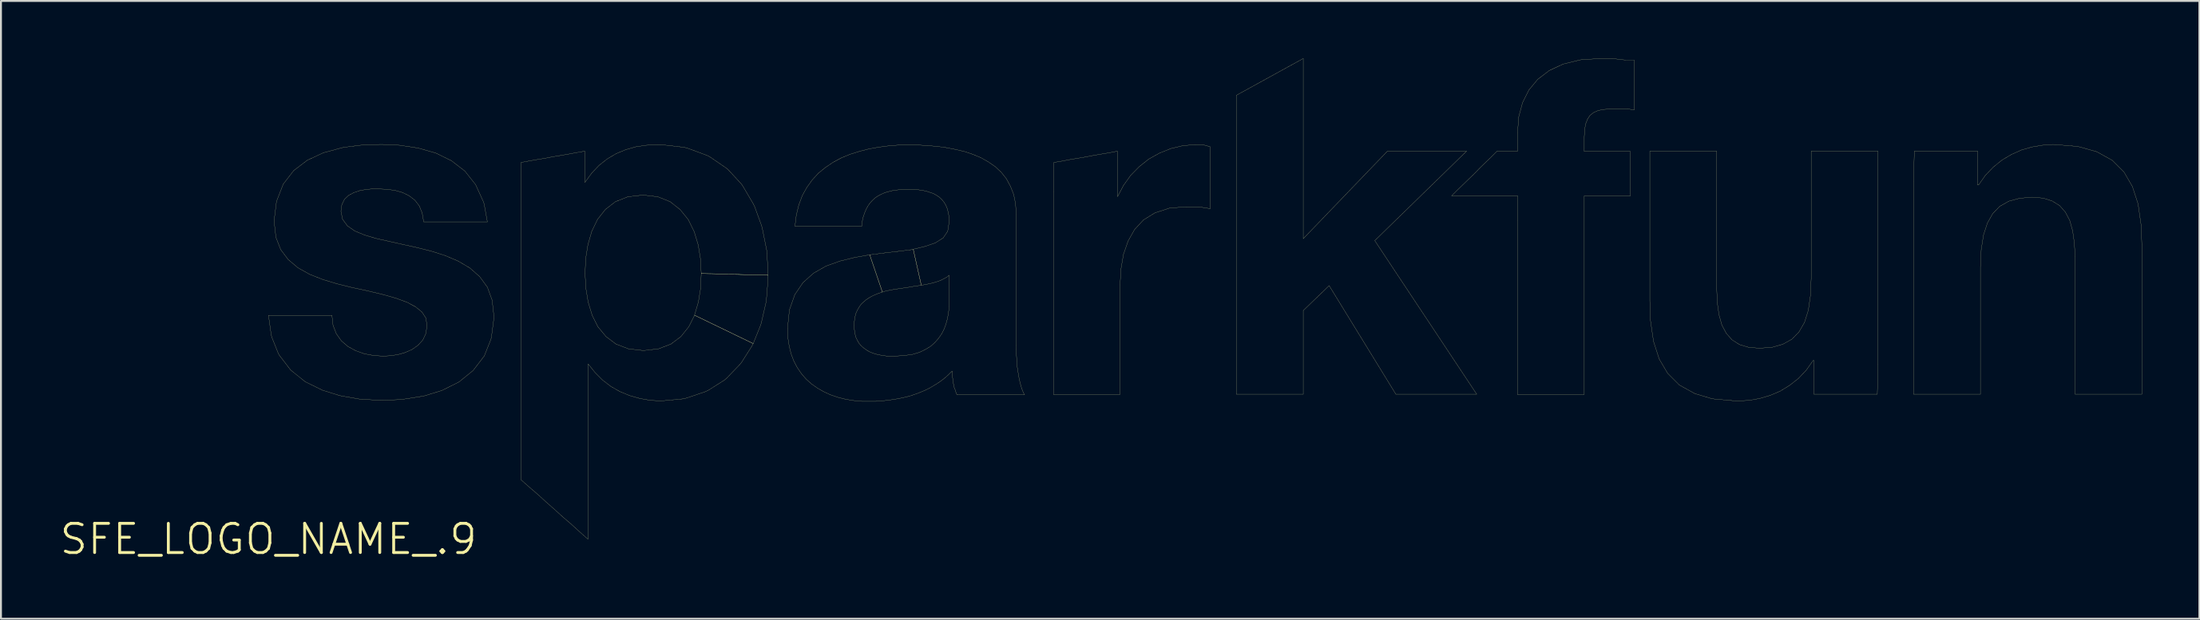
<source format=kicad_pcb>
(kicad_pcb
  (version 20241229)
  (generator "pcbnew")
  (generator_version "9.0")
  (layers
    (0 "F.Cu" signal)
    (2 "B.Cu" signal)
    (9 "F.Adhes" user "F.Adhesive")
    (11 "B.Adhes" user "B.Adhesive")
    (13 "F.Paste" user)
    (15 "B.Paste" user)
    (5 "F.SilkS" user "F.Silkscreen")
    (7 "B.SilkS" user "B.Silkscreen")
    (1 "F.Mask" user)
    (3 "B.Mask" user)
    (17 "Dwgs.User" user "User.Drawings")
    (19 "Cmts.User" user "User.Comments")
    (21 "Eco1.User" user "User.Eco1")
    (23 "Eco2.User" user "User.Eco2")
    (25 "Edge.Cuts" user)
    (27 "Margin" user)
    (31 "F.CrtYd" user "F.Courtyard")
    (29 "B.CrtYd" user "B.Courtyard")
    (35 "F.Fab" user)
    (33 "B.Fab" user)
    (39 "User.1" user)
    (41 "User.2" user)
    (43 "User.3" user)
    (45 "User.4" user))
  (footprint "SFE_LOGO_NAME_.9"
    (layer "F.Cu")
    (at 10.958 25.102)
    (property "Reference" "SFE_LOGO_NAME_.9" (at 0 0 0) (layer "F.SilkS") (effects (font (size 1.524 1.524) (thickness 0.15))))
    (attr exclude_from_pos_files exclude_from_bom)
    (fp_line (start 0 -11.689) (end 2.898 -11.689) (stroke (width 0.008) (type solid)) (layer "F.SilkS"))
    (fp_line (start 0.14 -10.688) (end 0 -11.689) (stroke (width 0.008) (type solid)) (layer "F.SilkS"))
    (fp_line (start 0.168 -10.559) (end 0.14 -10.688) (stroke (width 0.008) (type solid)) (layer "F.SilkS"))
    (fp_line (start 0.3 -16.688) (end 0.419 -17.638) (stroke (width 0.008) (type solid)) (layer "F.SilkS"))
    (fp_line (start 0.3 -16.538) (end 0.3 -16.688) (stroke (width 0.008) (type solid)) (layer "F.SilkS"))
    (fp_line (start 0.389 -15.758) (end 0.3 -16.538) (stroke (width 0.008) (type solid)) (layer "F.SilkS"))
    (fp_line (start 0.419 -17.638) (end 0.77 -18.539) (stroke (width 0.008) (type solid)) (layer "F.SilkS"))
    (fp_line (start 0.508 -9.708) (end 0.168 -10.559) (stroke (width 0.008) (type solid)) (layer "F.SilkS"))
    (fp_line (start 0.569 -9.599) (end 0.508 -9.708) (stroke (width 0.008) (type solid)) (layer "F.SilkS"))
    (fp_line (start 0.638 -15.118) (end 0.389 -15.758) (stroke (width 0.008) (type solid)) (layer "F.SilkS"))
    (fp_line (start 0.77 -18.539) (end 1.318 -19.248) (stroke (width 0.008) (type solid)) (layer "F.SilkS"))
    (fp_line (start 1.029 -14.6) (end 0.638 -15.118) (stroke (width 0.008) (type solid)) (layer "F.SilkS"))
    (fp_line (start 1.158 -8.829) (end 0.569 -9.599) (stroke (width 0.008) (type solid)) (layer "F.SilkS"))
    (fp_line (start 1.318 -19.248) (end 2.029 -19.789) (stroke (width 0.008) (type solid)) (layer "F.SilkS"))
    (fp_line (start 1.539 -14.168) (end 1.029 -14.6) (stroke (width 0.008) (type solid)) (layer "F.SilkS"))
    (fp_line (start 1.918 -8.219) (end 1.158 -8.829) (stroke (width 0.008) (type solid)) (layer "F.SilkS"))
    (fp_line (start 2.029 -19.789) (end 2.868 -20.178) (stroke (width 0.008) (type solid)) (layer "F.SilkS"))
    (fp_line (start 2.149 -13.828) (end 1.539 -14.168) (stroke (width 0.008) (type solid)) (layer "F.SilkS"))
    (fp_line (start 2.819 -7.777) (end 1.918 -8.219) (stroke (width 0.008) (type solid)) (layer "F.SilkS"))
    (fp_line (start 2.83 -13.559) (end 2.149 -13.828) (stroke (width 0.008) (type solid)) (layer "F.SilkS"))
    (fp_line (start 2.868 -20.178) (end 3.8 -20.429) (stroke (width 0.008) (type solid)) (layer "F.SilkS"))
    (fp_line (start 2.898 -11.689) (end 3.31 -11.689) (stroke (width 0.008) (type solid)) (layer "F.SilkS"))
    (fp_line (start 3.31 -11.689) (end 3.368 -11.168) (stroke (width 0.008) (type solid)) (layer "F.SilkS"))
    (fp_line (start 3.368 -11.168) (end 3.538 -10.729) (stroke (width 0.008) (type solid)) (layer "F.SilkS"))
    (fp_line (start 3.538 -10.729) (end 3.8 -10.358) (stroke (width 0.008) (type solid)) (layer "F.SilkS"))
    (fp_line (start 3.559 -13.338) (end 2.83 -13.559) (stroke (width 0.008) (type solid)) (layer "F.SilkS"))
    (fp_line (start 3.678 -7.508) (end 2.819 -7.777) (stroke (width 0.008) (type solid)) (layer "F.SilkS"))
    (fp_line (start 3.78 -17.12) (end 3.868 -16.698) (stroke (width 0.008) (type solid)) (layer "F.SilkS"))
    (fp_line (start 3.8 -20.429) (end 3.929 -20.46) (stroke (width 0.008) (type solid)) (layer "F.SilkS"))
    (fp_line (start 3.8 -10.358) (end 4.148 -10.058) (stroke (width 0.008) (type solid)) (layer "F.SilkS"))
    (fp_line (start 3.81 -7.478) (end 3.678 -7.508) (stroke (width 0.008) (type solid)) (layer "F.SilkS"))
    (fp_line (start 3.828 -17.468) (end 3.78 -17.12) (stroke (width 0.008) (type solid)) (layer "F.SilkS"))
    (fp_line (start 3.868 -16.698) (end 4.12 -16.358) (stroke (width 0.008) (type solid)) (layer "F.SilkS"))
    (fp_line (start 3.929 -20.46) (end 4.798 -20.569) (stroke (width 0.008) (type solid)) (layer "F.SilkS"))
    (fp_line (start 3.967 -17.75) (end 3.828 -17.468) (stroke (width 0.008) (type solid)) (layer "F.SilkS"))
    (fp_line (start 4.12 -16.358) (end 4.508 -16.088) (stroke (width 0.008) (type solid)) (layer "F.SilkS"))
    (fp_line (start 4.148 -10.058) (end 4.549 -9.84) (stroke (width 0.008) (type solid)) (layer "F.SilkS"))
    (fp_line (start 4.188 -17.958) (end 3.967 -17.75) (stroke (width 0.008) (type solid)) (layer "F.SilkS"))
    (fp_line (start 4.318 -13.15) (end 3.559 -13.338) (stroke (width 0.008) (type solid)) (layer "F.SilkS"))
    (fp_line (start 4.458 -18.098) (end 4.188 -17.958) (stroke (width 0.008) (type solid)) (layer "F.SilkS"))
    (fp_line (start 4.508 -16.088) (end 5.019 -15.878) (stroke (width 0.008) (type solid)) (layer "F.SilkS"))
    (fp_line (start 4.549 -9.84) (end 4.999 -9.68) (stroke (width 0.008) (type solid)) (layer "F.SilkS"))
    (fp_line (start 4.729 -7.318) (end 3.81 -7.478) (stroke (width 0.008) (type solid)) (layer "F.SilkS"))
    (fp_line (start 4.76 -18.199) (end 4.458 -18.098) (stroke (width 0.008) (type solid)) (layer "F.SilkS"))
    (fp_line (start 4.798 -20.569) (end 4.92 -20.579) (stroke (width 0.008) (type solid)) (layer "F.SilkS"))
    (fp_line (start 4.869 -7.308) (end 4.729 -7.318) (stroke (width 0.008) (type solid)) (layer "F.SilkS"))
    (fp_line (start 4.92 -20.579) (end 5.819 -20.61) (stroke (width 0.008) (type solid)) (layer "F.SilkS"))
    (fp_line (start 4.999 -9.68) (end 5.489 -9.588) (stroke (width 0.008) (type solid)) (layer "F.SilkS"))
    (fp_line (start 5.019 -15.878) (end 5.618 -15.7) (stroke (width 0.008) (type solid)) (layer "F.SilkS"))
    (fp_line (start 5.088 -18.258) (end 4.76 -18.199) (stroke (width 0.008) (type solid)) (layer "F.SilkS"))
    (fp_line (start 5.199 -12.959) (end 4.318 -13.15) (stroke (width 0.008) (type solid)) (layer "F.SilkS"))
    (fp_line (start 5.408 -18.288) (end 5.088 -18.258) (stroke (width 0.008) (type solid)) (layer "F.SilkS"))
    (fp_line (start 5.489 -9.588) (end 5.989 -9.558) (stroke (width 0.008) (type solid)) (layer "F.SilkS"))
    (fp_line (start 5.618 -15.7) (end 6.289 -15.55) (stroke (width 0.008) (type solid)) (layer "F.SilkS"))
    (fp_line (start 5.718 -18.288) (end 5.408 -18.288) (stroke (width 0.008) (type solid)) (layer "F.SilkS"))
    (fp_line (start 5.819 -20.61) (end 5.949 -20.61) (stroke (width 0.008) (type solid)) (layer "F.SilkS"))
    (fp_line (start 5.829 -7.249) (end 4.869 -7.308) (stroke (width 0.008) (type solid)) (layer "F.SilkS"))
    (fp_line (start 5.949 -20.61) (end 6.838 -20.569) (stroke (width 0.008) (type solid)) (layer "F.SilkS"))
    (fp_line (start 5.959 -7.249) (end 5.829 -7.249) (stroke (width 0.008) (type solid)) (layer "F.SilkS"))
    (fp_line (start 5.989 -12.769) (end 5.199 -12.959) (stroke (width 0.008) (type solid)) (layer "F.SilkS"))
    (fp_line (start 5.989 -9.558) (end 6.368 -9.578) (stroke (width 0.008) (type solid)) (layer "F.SilkS"))
    (fp_line (start 6.18 -18.268) (end 5.718 -18.288) (stroke (width 0.008) (type solid)) (layer "F.SilkS"))
    (fp_line (start 6.289 -15.55) (end 6.998 -15.39) (stroke (width 0.008) (type solid)) (layer "F.SilkS"))
    (fp_line (start 6.368 -9.578) (end 6.759 -9.639) (stroke (width 0.008) (type solid)) (layer "F.SilkS"))
    (fp_line (start 6.609 -18.209) (end 6.18 -18.268) (stroke (width 0.008) (type solid)) (layer "F.SilkS"))
    (fp_line (start 6.66 -12.578) (end 5.989 -12.769) (stroke (width 0.008) (type solid)) (layer "F.SilkS"))
    (fp_line (start 6.759 -9.639) (end 7.14 -9.749) (stroke (width 0.008) (type solid)) (layer "F.SilkS"))
    (fp_line (start 6.838 -20.569) (end 7.818 -20.419) (stroke (width 0.008) (type solid)) (layer "F.SilkS"))
    (fp_line (start 6.899 -7.29) (end 5.959 -7.249) (stroke (width 0.008) (type solid)) (layer "F.SilkS"))
    (fp_line (start 6.998 -18.098) (end 6.609 -18.209) (stroke (width 0.008) (type solid)) (layer "F.SilkS"))
    (fp_line (start 6.998 -15.39) (end 7.729 -15.23) (stroke (width 0.008) (type solid)) (layer "F.SilkS"))
    (fp_line (start 7.038 -7.308) (end 6.899 -7.29) (stroke (width 0.008) (type solid)) (layer "F.SilkS"))
    (fp_line (start 7.14 -9.749) (end 7.498 -9.909) (stroke (width 0.008) (type solid)) (layer "F.SilkS"))
    (fp_line (start 7.229 -12.37) (end 6.66 -12.578) (stroke (width 0.008) (type solid)) (layer "F.SilkS"))
    (fp_line (start 7.338 -17.93) (end 6.998 -18.098) (stroke (width 0.008) (type solid)) (layer "F.SilkS"))
    (fp_line (start 7.498 -9.909) (end 7.808 -10.13) (stroke (width 0.008) (type solid)) (layer "F.SilkS"))
    (fp_line (start 7.638 -17.699) (end 7.338 -17.93) (stroke (width 0.008) (type solid)) (layer "F.SilkS"))
    (fp_line (start 7.678 -12.129) (end 7.229 -12.37) (stroke (width 0.008) (type solid)) (layer "F.SilkS"))
    (fp_line (start 7.729 -15.23) (end 8.489 -15.039) (stroke (width 0.008) (type solid)) (layer "F.SilkS"))
    (fp_line (start 7.808 -10.13) (end 8.059 -10.409) (stroke (width 0.008) (type solid)) (layer "F.SilkS"))
    (fp_line (start 7.818 -20.419) (end 8.73 -20.16) (stroke (width 0.008) (type solid)) (layer "F.SilkS"))
    (fp_line (start 7.869 -17.399) (end 7.638 -17.699) (stroke (width 0.008) (type solid)) (layer "F.SilkS"))
    (fp_line (start 7.948 -7.45) (end 7.038 -7.308) (stroke (width 0.008) (type solid)) (layer "F.SilkS"))
    (fp_line (start 8.009 -11.859) (end 7.678 -12.129) (stroke (width 0.008) (type solid)) (layer "F.SilkS"))
    (fp_line (start 8.019 -17.028) (end 7.869 -17.399) (stroke (width 0.008) (type solid)) (layer "F.SilkS"))
    (fp_line (start 8.059 -10.409) (end 8.219 -10.759) (stroke (width 0.008) (type solid)) (layer "F.SilkS"))
    (fp_line (start 8.08 -7.468) (end 7.948 -7.45) (stroke (width 0.008) (type solid)) (layer "F.SilkS"))
    (fp_line (start 8.098 -16.568) (end 8.019 -17.028) (stroke (width 0.008) (type solid)) (layer "F.SilkS"))
    (fp_line (start 8.209 -11.549) (end 8.009 -11.859) (stroke (width 0.008) (type solid)) (layer "F.SilkS"))
    (fp_line (start 8.219 -10.759) (end 8.268 -11.179) (stroke (width 0.008) (type solid)) (layer "F.SilkS"))
    (fp_line (start 8.268 -11.179) (end 8.209 -11.549) (stroke (width 0.008) (type solid)) (layer "F.SilkS"))
    (fp_line (start 8.489 -15.039) (end 9.218 -14.808) (stroke (width 0.008) (type solid)) (layer "F.SilkS"))
    (fp_line (start 8.73 -20.16) (end 9.548 -19.759) (stroke (width 0.008) (type solid)) (layer "F.SilkS"))
    (fp_line (start 8.938 -7.729) (end 8.08 -7.468) (stroke (width 0.008) (type solid)) (layer "F.SilkS"))
    (fp_line (start 9.058 -7.77) (end 8.938 -7.729) (stroke (width 0.008) (type solid)) (layer "F.SilkS"))
    (fp_line (start 9.218 -14.808) (end 9.898 -14.519) (stroke (width 0.008) (type solid)) (layer "F.SilkS"))
    (fp_line (start 9.548 -19.759) (end 10.249 -19.218) (stroke (width 0.008) (type solid)) (layer "F.SilkS"))
    (fp_line (start 9.898 -14.519) (end 10.508 -14.158) (stroke (width 0.008) (type solid)) (layer "F.SilkS"))
    (fp_line (start 9.939 -8.209) (end 9.058 -7.77) (stroke (width 0.008) (type solid)) (layer "F.SilkS"))
    (fp_line (start 10.249 -19.218) (end 10.808 -18.509) (stroke (width 0.008) (type solid)) (layer "F.SilkS"))
    (fp_line (start 10.508 -14.158) (end 11.019 -13.708) (stroke (width 0.008) (type solid)) (layer "F.SilkS"))
    (fp_line (start 10.678 -8.809) (end 9.939 -8.209) (stroke (width 0.008) (type solid)) (layer "F.SilkS"))
    (fp_line (start 10.808 -18.509) (end 11.209 -17.628) (stroke (width 0.008) (type solid)) (layer "F.SilkS"))
    (fp_line (start 11.019 -13.708) (end 11.42 -13.16) (stroke (width 0.008) (type solid)) (layer "F.SilkS"))
    (fp_line (start 11.209 -17.628) (end 11.25 -17.508) (stroke (width 0.008) (type solid)) (layer "F.SilkS"))
    (fp_line (start 11.25 -17.508) (end 11.42 -16.568) (stroke (width 0.008) (type solid)) (layer "F.SilkS"))
    (fp_line (start 11.26 -9.568) (end 10.678 -8.809) (stroke (width 0.008) (type solid)) (layer "F.SilkS"))
    (fp_line (start 11.42 -16.568) (end 8.098 -16.568) (stroke (width 0.008) (type solid)) (layer "F.SilkS"))
    (fp_line (start 11.42 -13.16) (end 11.669 -12.479) (stroke (width 0.008) (type solid)) (layer "F.SilkS"))
    (fp_line (start 11.587 -10.389) (end 11.26 -9.568) (stroke (width 0.008) (type solid)) (layer "F.SilkS"))
    (fp_line (start 11.628 -10.518) (end 11.587 -10.389) (stroke (width 0.008) (type solid)) (layer "F.SilkS"))
    (fp_line (start 11.669 -12.479) (end 11.758 -11.669) (stroke (width 0.008) (type solid)) (layer "F.SilkS"))
    (fp_line (start 11.758 -11.669) (end 11.758 -11.519) (stroke (width 0.008) (type solid)) (layer "F.SilkS"))
    (fp_line (start 11.758 -11.519) (end 11.628 -10.518) (stroke (width 0.008) (type solid)) (layer "F.SilkS"))
    (fp_line (start 13.178 -19.67) (end 13.599 -19.748) (stroke (width 0.008) (type solid)) (layer "F.SilkS"))
    (fp_line (start 13.178 -3.099) (end 13.178 -19.67) (stroke (width 0.008) (type solid)) (layer "F.SilkS"))
    (fp_line (start 13.599 -19.748) (end 14.008 -19.82) (stroke (width 0.008) (type solid)) (layer "F.SilkS"))
    (fp_line (start 13.619 -2.708) (end 13.178 -3.099) (stroke (width 0.008) (type solid)) (layer "F.SilkS"))
    (fp_line (start 14.008 -19.82) (end 14.43 -19.888) (stroke (width 0.008) (type solid)) (layer "F.SilkS"))
    (fp_line (start 14.059 -2.329) (end 13.619 -2.708) (stroke (width 0.008) (type solid)) (layer "F.SilkS"))
    (fp_line (start 14.43 -19.888) (end 14.839 -19.969) (stroke (width 0.008) (type solid)) (layer "F.SilkS"))
    (fp_line (start 14.488 -1.938) (end 14.059 -2.329) (stroke (width 0.008) (type solid)) (layer "F.SilkS"))
    (fp_line (start 14.839 -19.969) (end 15.258 -20.038) (stroke (width 0.008) (type solid)) (layer "F.SilkS"))
    (fp_line (start 14.928 -1.549) (end 14.488 -1.938) (stroke (width 0.008) (type solid)) (layer "F.SilkS"))
    (fp_line (start 15.258 -20.038) (end 15.669 -20.109) (stroke (width 0.008) (type solid)) (layer "F.SilkS"))
    (fp_line (start 15.359 -1.158) (end 14.928 -1.549) (stroke (width 0.008) (type solid)) (layer "F.SilkS"))
    (fp_line (start 15.669 -20.109) (end 16.088 -20.188) (stroke (width 0.008) (type solid)) (layer "F.SilkS"))
    (fp_line (start 15.799 -0.78) (end 15.359 -1.158) (stroke (width 0.008) (type solid)) (layer "F.SilkS"))
    (fp_line (start 16.088 -20.188) (end 16.5 -20.259) (stroke (width 0.008) (type solid)) (layer "F.SilkS"))
    (fp_line (start 16.228 -0.389) (end 15.799 -0.78) (stroke (width 0.008) (type solid)) (layer "F.SilkS"))
    (fp_line (start 16.5 -20.259) (end 16.5 -18.639) (stroke (width 0.008) (type solid)) (layer "F.SilkS"))
    (fp_line (start 16.5 -18.639) (end 16.518 -18.639) (stroke (width 0.008) (type solid)) (layer "F.SilkS"))
    (fp_line (start 16.518 -18.639) (end 16.868 -19.119) (stroke (width 0.008) (type solid)) (layer "F.SilkS"))
    (fp_line (start 16.518 -13.868) (end 16.558 -13.109) (stroke (width 0.008) (type solid)) (layer "F.SilkS"))
    (fp_line (start 16.548 -14.638) (end 16.518 -13.868) (stroke (width 0.008) (type solid)) (layer "F.SilkS"))
    (fp_line (start 16.558 -13.109) (end 16.678 -12.38) (stroke (width 0.008) (type solid)) (layer "F.SilkS"))
    (fp_line (start 16.667 -15.38) (end 16.548 -14.638) (stroke (width 0.008) (type solid)) (layer "F.SilkS"))
    (fp_line (start 16.667 -9.139) (end 16.667 0) (stroke (width 0.008) (type solid)) (layer "F.SilkS"))
    (fp_line (start 16.667 0) (end 16.228 -0.389) (stroke (width 0.008) (type solid)) (layer "F.SilkS"))
    (fp_line (start 16.678 -12.38) (end 16.888 -11.689) (stroke (width 0.008) (type solid)) (layer "F.SilkS"))
    (fp_line (start 16.688 -9.139) (end 16.667 -9.139) (stroke (width 0.008) (type solid)) (layer "F.SilkS"))
    (fp_line (start 16.868 -19.119) (end 17.249 -19.52) (stroke (width 0.008) (type solid)) (layer "F.SilkS"))
    (fp_line (start 16.868 -16.078) (end 16.667 -15.38) (stroke (width 0.008) (type solid)) (layer "F.SilkS"))
    (fp_line (start 16.888 -11.689) (end 17.188 -11.09) (stroke (width 0.008) (type solid)) (layer "F.SilkS"))
    (fp_line (start 17.038 -8.7) (end 16.688 -9.139) (stroke (width 0.008) (type solid)) (layer "F.SilkS"))
    (fp_line (start 17.168 -16.698) (end 16.868 -16.078) (stroke (width 0.008) (type solid)) (layer "F.SilkS"))
    (fp_line (start 17.188 -11.09) (end 17.61 -10.579) (stroke (width 0.008) (type solid)) (layer "F.SilkS"))
    (fp_line (start 17.249 -19.52) (end 17.678 -19.858) (stroke (width 0.008) (type solid)) (layer "F.SilkS"))
    (fp_line (start 17.429 -8.308) (end 17.038 -8.7) (stroke (width 0.008) (type solid)) (layer "F.SilkS"))
    (fp_line (start 17.579 -17.219) (end 17.168 -16.698) (stroke (width 0.008) (type solid)) (layer "F.SilkS"))
    (fp_line (start 17.61 -10.579) (end 18.128 -10.188) (stroke (width 0.008) (type solid)) (layer "F.SilkS"))
    (fp_line (start 17.678 -19.858) (end 18.138 -20.13) (stroke (width 0.008) (type solid)) (layer "F.SilkS"))
    (fp_line (start 17.859 -7.978) (end 17.429 -8.308) (stroke (width 0.008) (type solid)) (layer "F.SilkS"))
    (fp_line (start 18.098 -17.62) (end 17.579 -17.219) (stroke (width 0.008) (type solid)) (layer "F.SilkS"))
    (fp_line (start 18.128 -10.188) (end 18.778 -9.939) (stroke (width 0.008) (type solid)) (layer "F.SilkS"))
    (fp_line (start 18.138 -20.13) (end 18.639 -20.338) (stroke (width 0.008) (type solid)) (layer "F.SilkS"))
    (fp_line (start 18.329 -7.709) (end 17.859 -7.978) (stroke (width 0.008) (type solid)) (layer "F.SilkS"))
    (fp_line (start 18.639 -20.338) (end 19.169 -20.488) (stroke (width 0.008) (type solid)) (layer "F.SilkS"))
    (fp_line (start 18.748 -17.879) (end 18.098 -17.62) (stroke (width 0.008) (type solid)) (layer "F.SilkS"))
    (fp_line (start 18.778 -9.939) (end 19.558 -9.848) (stroke (width 0.008) (type solid)) (layer "F.SilkS"))
    (fp_line (start 18.839 -7.498) (end 18.329 -7.709) (stroke (width 0.008) (type solid)) (layer "F.SilkS"))
    (fp_line (start 19.169 -20.488) (end 19.718 -20.569) (stroke (width 0.008) (type solid)) (layer "F.SilkS"))
    (fp_line (start 19.367 -7.348) (end 18.839 -7.498) (stroke (width 0.008) (type solid)) (layer "F.SilkS"))
    (fp_line (start 19.538 -17.968) (end 18.748 -17.879) (stroke (width 0.008) (type solid)) (layer "F.SilkS"))
    (fp_line (start 19.558 -9.848) (end 20.348 -9.939) (stroke (width 0.008) (type solid)) (layer "F.SilkS"))
    (fp_line (start 19.718 -20.569) (end 20.3 -20.599) (stroke (width 0.008) (type solid)) (layer "F.SilkS"))
    (fp_line (start 19.919 -7.249) (end 19.367 -7.348) (stroke (width 0.008) (type solid)) (layer "F.SilkS"))
    (fp_line (start 20.3 -20.599) (end 20.488 -20.599) (stroke (width 0.008) (type solid)) (layer "F.SilkS"))
    (fp_line (start 20.31 -17.879) (end 19.538 -17.968) (stroke (width 0.008) (type solid)) (layer "F.SilkS"))
    (fp_line (start 20.348 -9.939) (end 20.998 -10.188) (stroke (width 0.008) (type solid)) (layer "F.SilkS"))
    (fp_line (start 20.488 -20.599) (end 21.689 -20.46) (stroke (width 0.008) (type solid)) (layer "F.SilkS"))
    (fp_line (start 20.488 -7.219) (end 19.919 -7.249) (stroke (width 0.008) (type solid)) (layer "F.SilkS"))
    (fp_line (start 20.958 -17.62) (end 20.31 -17.879) (stroke (width 0.008) (type solid)) (layer "F.SilkS"))
    (fp_line (start 20.998 -10.188) (end 21.519 -10.579) (stroke (width 0.008) (type solid)) (layer "F.SilkS"))
    (fp_line (start 21.478 -17.209) (end 20.958 -17.62) (stroke (width 0.008) (type solid)) (layer "F.SilkS"))
    (fp_line (start 21.519 -10.579) (end 21.928 -11.09) (stroke (width 0.008) (type solid)) (layer "F.SilkS"))
    (fp_line (start 21.648 -7.328) (end 20.488 -7.219) (stroke (width 0.008) (type solid)) (layer "F.SilkS"))
    (fp_line (start 21.689 -20.46) (end 21.849 -20.419) (stroke (width 0.008) (type solid)) (layer "F.SilkS"))
    (fp_line (start 21.808 -7.369) (end 21.648 -7.328) (stroke (width 0.008) (type solid)) (layer "F.SilkS"))
    (fp_line (start 21.849 -20.419) (end 22.878 -20.038) (stroke (width 0.008) (type solid)) (layer "F.SilkS"))
    (fp_line (start 21.9 -16.688) (end 21.478 -17.209) (stroke (width 0.008) (type solid)) (layer "F.SilkS"))
    (fp_line (start 21.928 -11.09) (end 22.228 -11.689) (stroke (width 0.008) (type solid)) (layer "F.SilkS"))
    (fp_line (start 22.21 -16.058) (end 21.9 -16.688) (stroke (width 0.008) (type solid)) (layer "F.SilkS"))
    (fp_line (start 22.228 -11.699) (end 22.428 -12.38) (stroke (width 0.008) (type solid)) (layer "F.SilkS"))
    (fp_line (start 22.228 -11.689) (end 25.288 -10.218) (stroke (width 0.008) (type solid)) (layer "F.SilkS"))
    (fp_line (start 22.418 -15.37) (end 22.21 -16.058) (stroke (width 0.008) (type solid)) (layer "F.SilkS"))
    (fp_line (start 22.428 -12.38) (end 22.548 -13.109) (stroke (width 0.008) (type solid)) (layer "F.SilkS"))
    (fp_line (start 22.54 -14.628) (end 22.418 -15.37) (stroke (width 0.008) (type solid)) (layer "F.SilkS"))
    (fp_line (start 22.548 -13.109) (end 22.578 -13.879) (stroke (width 0.008) (type solid)) (layer "F.SilkS"))
    (fp_line (start 22.578 -13.879) (end 26.068 -13.78) (stroke (width 0.008) (type solid)) (layer "F.SilkS"))
    (fp_line (start 22.578 -13.868) (end 22.54 -14.628) (stroke (width 0.008) (type solid)) (layer "F.SilkS"))
    (fp_line (start 22.809 -7.709) (end 21.808 -7.369) (stroke (width 0.008) (type solid)) (layer "F.SilkS"))
    (fp_line (start 22.878 -20.038) (end 23.017 -19.969) (stroke (width 0.008) (type solid)) (layer "F.SilkS"))
    (fp_line (start 22.939 -7.77) (end 22.809 -7.709) (stroke (width 0.008) (type solid)) (layer "F.SilkS"))
    (fp_line (start 23.017 -19.969) (end 23.868 -19.388) (stroke (width 0.008) (type solid)) (layer "F.SilkS"))
    (fp_line (start 23.79 -8.308) (end 22.939 -7.77) (stroke (width 0.008) (type solid)) (layer "F.SilkS"))
    (fp_line (start 23.868 -19.388) (end 23.978 -19.299) (stroke (width 0.008) (type solid)) (layer "F.SilkS"))
    (fp_line (start 23.899 -8.4) (end 23.79 -8.308) (stroke (width 0.008) (type solid)) (layer "F.SilkS"))
    (fp_line (start 23.978 -19.299) (end 24.679 -18.539) (stroke (width 0.008) (type solid)) (layer "F.SilkS"))
    (fp_line (start 24.59 -9.119) (end 23.899 -8.4) (stroke (width 0.008) (type solid)) (layer "F.SilkS"))
    (fp_line (start 24.679 -18.539) (end 24.76 -18.418) (stroke (width 0.008) (type solid)) (layer "F.SilkS"))
    (fp_line (start 24.679 -9.228) (end 24.59 -9.119) (stroke (width 0.008) (type solid)) (layer "F.SilkS"))
    (fp_line (start 24.76 -18.418) (end 25.288 -17.518) (stroke (width 0.008) (type solid)) (layer "F.SilkS"))
    (fp_line (start 25.22 -10.079) (end 24.679 -9.228) (stroke (width 0.008) (type solid)) (layer "F.SilkS"))
    (fp_line (start 25.288 -17.518) (end 25.359 -17.379) (stroke (width 0.008) (type solid)) (layer "F.SilkS"))
    (fp_line (start 25.288 -10.218) (end 25.22 -10.079) (stroke (width 0.008) (type solid)) (layer "F.SilkS"))
    (fp_line (start 25.288 -10.208) (end 22.228 -11.699) (stroke (width 0.008) (type solid)) (layer "F.SilkS"))
    (fp_line (start 25.359 -17.379) (end 25.728 -16.368) (stroke (width 0.008) (type solid)) (layer "F.SilkS"))
    (fp_line (start 25.679 -11.179) (end 25.288 -10.208) (stroke (width 0.008) (type solid)) (layer "F.SilkS"))
    (fp_line (start 25.718 -11.318) (end 25.679 -11.179) (stroke (width 0.008) (type solid)) (layer "F.SilkS"))
    (fp_line (start 25.728 -16.368) (end 25.768 -16.208) (stroke (width 0.008) (type solid)) (layer "F.SilkS"))
    (fp_line (start 25.768 -16.208) (end 25.989 -15.108) (stroke (width 0.008) (type solid)) (layer "F.SilkS"))
    (fp_line (start 25.959 -12.37) (end 25.718 -11.318) (stroke (width 0.008) (type solid)) (layer "F.SilkS"))
    (fp_line (start 25.979 -12.52) (end 25.959 -12.37) (stroke (width 0.008) (type solid)) (layer "F.SilkS"))
    (fp_line (start 25.989 -15.108) (end 26.01 -14.938) (stroke (width 0.008) (type solid)) (layer "F.SilkS"))
    (fp_line (start 26.01 -14.938) (end 26.068 -13.78) (stroke (width 0.008) (type solid)) (layer "F.SilkS"))
    (fp_line (start 26.068 -13.78) (end 22.578 -13.868) (stroke (width 0.008) (type solid)) (layer "F.SilkS"))
    (fp_line (start 26.068 -13.78) (end 26.068 -13.619) (stroke (width 0.008) (type solid)) (layer "F.SilkS"))
    (fp_line (start 26.068 -13.619) (end 25.979 -12.52) (stroke (width 0.008) (type solid)) (layer "F.SilkS"))
    (fp_line (start 27.079 -10.988) (end 27.178 -11.968) (stroke (width 0.008) (type solid)) (layer "F.SilkS"))
    (fp_line (start 27.099 -10.518) (end 27.079 -10.988) (stroke (width 0.008) (type solid)) (layer "F.SilkS"))
    (fp_line (start 27.168 -10.079) (end 27.099 -10.518) (stroke (width 0.008) (type solid)) (layer "F.SilkS"))
    (fp_line (start 27.178 -11.968) (end 27.46 -12.769) (stroke (width 0.008) (type solid)) (layer "F.SilkS"))
    (fp_line (start 27.269 -9.67) (end 27.168 -10.079) (stroke (width 0.008) (type solid)) (layer "F.SilkS"))
    (fp_line (start 27.409 -9.299) (end 27.269 -9.67) (stroke (width 0.008) (type solid)) (layer "F.SilkS"))
    (fp_line (start 27.46 -12.769) (end 27.889 -13.399) (stroke (width 0.008) (type solid)) (layer "F.SilkS"))
    (fp_line (start 27.468 -16.34) (end 27.539 -16.919) (stroke (width 0.008) (type solid)) (layer "F.SilkS"))
    (fp_line (start 27.539 -16.919) (end 27.668 -17.45) (stroke (width 0.008) (type solid)) (layer "F.SilkS"))
    (fp_line (start 27.589 -8.959) (end 27.409 -9.299) (stroke (width 0.008) (type solid)) (layer "F.SilkS"))
    (fp_line (start 27.668 -17.45) (end 27.849 -17.937) (stroke (width 0.008) (type solid)) (layer "F.SilkS"))
    (fp_line (start 27.808 -8.639) (end 27.589 -8.959) (stroke (width 0.008) (type solid)) (layer "F.SilkS"))
    (fp_line (start 27.849 -17.937) (end 28.09 -18.369) (stroke (width 0.008) (type solid)) (layer "F.SilkS"))
    (fp_line (start 27.889 -13.399) (end 28.438 -13.889) (stroke (width 0.008) (type solid)) (layer "F.SilkS"))
    (fp_line (start 28.049 -8.359) (end 27.808 -8.639) (stroke (width 0.008) (type solid)) (layer "F.SilkS"))
    (fp_line (start 28.09 -18.369) (end 28.369 -18.758) (stroke (width 0.008) (type solid)) (layer "F.SilkS"))
    (fp_line (start 28.329 -8.108) (end 28.049 -8.359) (stroke (width 0.008) (type solid)) (layer "F.SilkS"))
    (fp_line (start 28.369 -18.758) (end 28.689 -19.108) (stroke (width 0.008) (type solid)) (layer "F.SilkS"))
    (fp_line (start 28.438 -13.889) (end 29.088 -14.26) (stroke (width 0.008) (type solid)) (layer "F.SilkS"))
    (fp_line (start 28.639 -7.889) (end 28.329 -8.108) (stroke (width 0.008) (type solid)) (layer "F.SilkS"))
    (fp_line (start 28.689 -19.108) (end 29.058 -19.408) (stroke (width 0.008) (type solid)) (layer "F.SilkS"))
    (fp_line (start 28.969 -7.699) (end 28.639 -7.889) (stroke (width 0.008) (type solid)) (layer "F.SilkS"))
    (fp_line (start 29.058 -19.408) (end 29.459 -19.68) (stroke (width 0.008) (type solid)) (layer "F.SilkS"))
    (fp_line (start 29.088 -14.26) (end 29.809 -14.519) (stroke (width 0.008) (type solid)) (layer "F.SilkS"))
    (fp_line (start 29.319 -7.539) (end 28.969 -7.699) (stroke (width 0.008) (type solid)) (layer "F.SilkS"))
    (fp_line (start 29.459 -19.68) (end 29.888 -19.909) (stroke (width 0.008) (type solid)) (layer "F.SilkS"))
    (fp_line (start 29.698 -7.409) (end 29.319 -7.539) (stroke (width 0.008) (type solid)) (layer "F.SilkS"))
    (fp_line (start 29.809 -14.519) (end 30.579 -14.709) (stroke (width 0.008) (type solid)) (layer "F.SilkS"))
    (fp_line (start 29.888 -19.909) (end 30.348 -20.099) (stroke (width 0.008) (type solid)) (layer "F.SilkS"))
    (fp_line (start 30.099 -7.308) (end 29.698 -7.409) (stroke (width 0.008) (type solid)) (layer "F.SilkS"))
    (fp_line (start 30.348 -20.099) (end 30.828 -20.249) (stroke (width 0.008) (type solid)) (layer "F.SilkS"))
    (fp_line (start 30.518 -7.239) (end 30.099 -7.308) (stroke (width 0.008) (type solid)) (layer "F.SilkS"))
    (fp_line (start 30.559 -11.168) (end 30.569 -10.94) (stroke (width 0.008) (type solid)) (layer "F.SilkS"))
    (fp_line (start 30.569 -11.389) (end 30.559 -11.168) (stroke (width 0.008) (type solid)) (layer "F.SilkS"))
    (fp_line (start 30.569 -10.94) (end 30.599 -10.729) (stroke (width 0.008) (type solid)) (layer "F.SilkS"))
    (fp_line (start 30.579 -14.709) (end 31.369 -14.849) (stroke (width 0.008) (type solid)) (layer "F.SilkS"))
    (fp_line (start 30.599 -11.598) (end 30.569 -11.389) (stroke (width 0.008) (type solid)) (layer "F.SilkS"))
    (fp_line (start 30.599 -10.729) (end 30.648 -10.538) (stroke (width 0.008) (type solid)) (layer "F.SilkS"))
    (fp_line (start 30.648 -11.788) (end 30.599 -11.598) (stroke (width 0.008) (type solid)) (layer "F.SilkS"))
    (fp_line (start 30.648 -10.538) (end 30.729 -10.368) (stroke (width 0.008) (type solid)) (layer "F.SilkS"))
    (fp_line (start 30.729 -11.968) (end 30.648 -11.788) (stroke (width 0.008) (type solid)) (layer "F.SilkS"))
    (fp_line (start 30.729 -10.368) (end 30.818 -10.218) (stroke (width 0.008) (type solid)) (layer "F.SilkS"))
    (fp_line (start 30.818 -12.118) (end 30.729 -11.968) (stroke (width 0.008) (type solid)) (layer "F.SilkS"))
    (fp_line (start 30.818 -10.218) (end 30.93 -10.089) (stroke (width 0.008) (type solid)) (layer "F.SilkS"))
    (fp_line (start 30.828 -20.249) (end 31.328 -20.378) (stroke (width 0.008) (type solid)) (layer "F.SilkS"))
    (fp_line (start 30.919 -12.268) (end 30.818 -12.118) (stroke (width 0.008) (type solid)) (layer "F.SilkS"))
    (fp_line (start 30.93 -10.089) (end 31.059 -9.98) (stroke (width 0.008) (type solid)) (layer "F.SilkS"))
    (fp_line (start 30.95 -16.34) (end 27.468 -16.34) (stroke (width 0.008) (type solid)) (layer "F.SilkS"))
    (fp_line (start 30.95 -7.198) (end 30.518 -7.239) (stroke (width 0.008) (type solid)) (layer "F.SilkS"))
    (fp_line (start 30.978 -16.589) (end 30.95 -16.34) (stroke (width 0.008) (type solid)) (layer "F.SilkS"))
    (fp_line (start 31.029 -16.82) (end 30.978 -16.589) (stroke (width 0.008) (type solid)) (layer "F.SilkS"))
    (fp_line (start 31.049 -12.388) (end 30.919 -12.268) (stroke (width 0.008) (type solid)) (layer "F.SilkS"))
    (fp_line (start 31.059 -9.98) (end 31.199 -9.878) (stroke (width 0.008) (type solid)) (layer "F.SilkS"))
    (fp_line (start 31.1 -17.028) (end 31.029 -16.82) (stroke (width 0.008) (type solid)) (layer "F.SilkS"))
    (fp_line (start 31.178 -17.219) (end 31.1 -17.028) (stroke (width 0.008) (type solid)) (layer "F.SilkS"))
    (fp_line (start 31.178 -12.499) (end 31.049 -12.388) (stroke (width 0.008) (type solid)) (layer "F.SilkS"))
    (fp_line (start 31.199 -9.878) (end 31.349 -9.789) (stroke (width 0.008) (type solid)) (layer "F.SilkS"))
    (fp_line (start 31.27 -17.389) (end 31.178 -17.219) (stroke (width 0.008) (type solid)) (layer "F.SilkS"))
    (fp_line (start 31.328 -20.378) (end 31.849 -20.47) (stroke (width 0.008) (type solid)) (layer "F.SilkS"))
    (fp_line (start 31.328 -12.598) (end 31.178 -12.499) (stroke (width 0.008) (type solid)) (layer "F.SilkS"))
    (fp_line (start 31.349 -9.789) (end 31.519 -9.718) (stroke (width 0.008) (type solid)) (layer "F.SilkS"))
    (fp_line (start 31.369 -14.849) (end 32.029 -12.898) (stroke (width 0.008) (type solid)) (layer "F.SilkS"))
    (fp_line (start 31.369 -14.849) (end 32.159 -14.948) (stroke (width 0.008) (type solid)) (layer "F.SilkS"))
    (fp_line (start 31.379 -17.549) (end 31.27 -17.389) (stroke (width 0.008) (type solid)) (layer "F.SilkS"))
    (fp_line (start 31.488 -12.69) (end 31.328 -12.598) (stroke (width 0.008) (type solid)) (layer "F.SilkS"))
    (fp_line (start 31.509 -17.689) (end 31.379 -17.549) (stroke (width 0.008) (type solid)) (layer "F.SilkS"))
    (fp_line (start 31.519 -9.718) (end 31.699 -9.66) (stroke (width 0.008) (type solid)) (layer "F.SilkS"))
    (fp_line (start 31.648 -17.818) (end 31.509 -17.689) (stroke (width 0.008) (type solid)) (layer "F.SilkS"))
    (fp_line (start 31.659 -12.769) (end 31.488 -12.69) (stroke (width 0.008) (type solid)) (layer "F.SilkS"))
    (fp_line (start 31.699 -9.66) (end 31.88 -9.619) (stroke (width 0.008) (type solid)) (layer "F.SilkS"))
    (fp_line (start 31.699 -7.198) (end 30.95 -7.198) (stroke (width 0.008) (type solid)) (layer "F.SilkS"))
    (fp_line (start 31.798 -17.92) (end 31.648 -17.818) (stroke (width 0.008) (type solid)) (layer "F.SilkS"))
    (fp_line (start 31.839 -12.84) (end 31.659 -12.769) (stroke (width 0.008) (type solid)) (layer "F.SilkS"))
    (fp_line (start 31.849 -20.47) (end 32.37 -20.538) (stroke (width 0.008) (type solid)) (layer "F.SilkS"))
    (fp_line (start 31.88 -9.619) (end 32.078 -9.588) (stroke (width 0.008) (type solid)) (layer "F.SilkS"))
    (fp_line (start 31.968 -18.009) (end 31.798 -17.92) (stroke (width 0.008) (type solid)) (layer "F.SilkS"))
    (fp_line (start 31.989 -7.219) (end 31.699 -7.198) (stroke (width 0.008) (type solid)) (layer "F.SilkS"))
    (fp_line (start 32.029 -12.908) (end 31.369 -14.849) (stroke (width 0.008) (type solid)) (layer "F.SilkS"))
    (fp_line (start 32.029 -12.898) (end 31.839 -12.84) (stroke (width 0.008) (type solid)) (layer "F.SilkS"))
    (fp_line (start 32.078 -9.588) (end 32.278 -9.558) (stroke (width 0.008) (type solid)) (layer "F.SilkS"))
    (fp_line (start 32.149 -18.09) (end 31.968 -18.009) (stroke (width 0.008) (type solid)) (layer "F.SilkS"))
    (fp_line (start 32.159 -14.948) (end 32.929 -15.039) (stroke (width 0.008) (type solid)) (layer "F.SilkS"))
    (fp_line (start 32.22 -12.959) (end 32.029 -12.908) (stroke (width 0.008) (type solid)) (layer "F.SilkS"))
    (fp_line (start 32.278 -9.558) (end 32.69 -9.558) (stroke (width 0.008) (type solid)) (layer "F.SilkS"))
    (fp_line (start 32.278 -7.249) (end 31.989 -7.219) (stroke (width 0.008) (type solid)) (layer "F.SilkS"))
    (fp_line (start 32.349 -18.148) (end 32.149 -18.09) (stroke (width 0.008) (type solid)) (layer "F.SilkS"))
    (fp_line (start 32.37 -20.538) (end 32.898 -20.579) (stroke (width 0.008) (type solid)) (layer "F.SilkS"))
    (fp_line (start 32.418 -13) (end 32.22 -12.959) (stroke (width 0.008) (type solid)) (layer "F.SilkS"))
    (fp_line (start 32.558 -18.199) (end 32.349 -18.148) (stroke (width 0.008) (type solid)) (layer "F.SilkS"))
    (fp_line (start 32.578 -7.29) (end 32.278 -7.249) (stroke (width 0.008) (type solid)) (layer "F.SilkS"))
    (fp_line (start 32.619 -13.038) (end 32.418 -13) (stroke (width 0.008) (type solid)) (layer "F.SilkS"))
    (fp_line (start 32.69 -9.558) (end 33.17 -9.588) (stroke (width 0.008) (type solid)) (layer "F.SilkS"))
    (fp_line (start 32.779 -18.23) (end 32.558 -18.199) (stroke (width 0.008) (type solid)) (layer "F.SilkS"))
    (fp_line (start 32.819 -13.068) (end 32.619 -13.038) (stroke (width 0.008) (type solid)) (layer "F.SilkS"))
    (fp_line (start 32.868 -7.338) (end 32.578 -7.29) (stroke (width 0.008) (type solid)) (layer "F.SilkS"))
    (fp_line (start 32.898 -20.579) (end 33.919 -20.579) (stroke (width 0.008) (type solid)) (layer "F.SilkS"))
    (fp_line (start 32.929 -15.039) (end 33.64 -15.128) (stroke (width 0.008) (type solid)) (layer "F.SilkS"))
    (fp_line (start 33.01 -18.258) (end 32.779 -18.23) (stroke (width 0.008) (type solid)) (layer "F.SilkS"))
    (fp_line (start 33.028 -13.099) (end 32.819 -13.068) (stroke (width 0.008) (type solid)) (layer "F.SilkS"))
    (fp_line (start 33.15 -7.399) (end 32.868 -7.338) (stroke (width 0.008) (type solid)) (layer "F.SilkS"))
    (fp_line (start 33.17 -9.588) (end 33.599 -9.649) (stroke (width 0.008) (type solid)) (layer "F.SilkS"))
    (fp_line (start 33.238 -13.129) (end 33.028 -13.099) (stroke (width 0.008) (type solid)) (layer "F.SilkS"))
    (fp_line (start 33.439 -13.16) (end 33.238 -13.129) (stroke (width 0.008) (type solid)) (layer "F.SilkS"))
    (fp_line (start 33.439 -7.468) (end 33.15 -7.399) (stroke (width 0.008) (type solid)) (layer "F.SilkS"))
    (fp_line (start 33.599 -9.649) (end 33.97 -9.759) (stroke (width 0.008) (type solid)) (layer "F.SilkS"))
    (fp_line (start 33.64 -15.138) (end 34.26 -15.288) (stroke (width 0.008) (type solid)) (layer "F.SilkS"))
    (fp_line (start 33.64 -15.128) (end 34.059 -13.259) (stroke (width 0.008) (type solid)) (layer "F.SilkS"))
    (fp_line (start 33.65 -13.198) (end 33.439 -13.16) (stroke (width 0.008) (type solid)) (layer "F.SilkS"))
    (fp_line (start 33.708 -18.258) (end 33.01 -18.258) (stroke (width 0.008) (type solid)) (layer "F.SilkS"))
    (fp_line (start 33.708 -7.559) (end 33.439 -7.468) (stroke (width 0.008) (type solid)) (layer "F.SilkS"))
    (fp_line (start 33.858 -13.228) (end 33.65 -13.198) (stroke (width 0.008) (type solid)) (layer "F.SilkS"))
    (fp_line (start 33.919 -20.579) (end 34.399 -20.549) (stroke (width 0.008) (type solid)) (layer "F.SilkS"))
    (fp_line (start 33.919 -18.24) (end 33.708 -18.258) (stroke (width 0.008) (type solid)) (layer "F.SilkS"))
    (fp_line (start 33.97 -9.759) (end 34.28 -9.909) (stroke (width 0.008) (type solid)) (layer "F.SilkS"))
    (fp_line (start 33.978 -7.658) (end 33.708 -7.559) (stroke (width 0.008) (type solid)) (layer "F.SilkS"))
    (fp_line (start 34.059 -13.259) (end 33.64 -15.138) (stroke (width 0.008) (type solid)) (layer "F.SilkS"))
    (fp_line (start 34.059 -13.259) (end 33.858 -13.228) (stroke (width 0.008) (type solid)) (layer "F.SilkS"))
    (fp_line (start 34.13 -18.209) (end 33.919 -18.24) (stroke (width 0.008) (type solid)) (layer "F.SilkS"))
    (fp_line (start 34.249 -13.289) (end 34.059 -13.259) (stroke (width 0.008) (type solid)) (layer "F.SilkS"))
    (fp_line (start 34.249 -7.77) (end 33.978 -7.658) (stroke (width 0.008) (type solid)) (layer "F.SilkS"))
    (fp_line (start 34.26 -15.288) (end 34.788 -15.469) (stroke (width 0.008) (type solid)) (layer "F.SilkS"))
    (fp_line (start 34.28 -9.909) (end 34.559 -10.079) (stroke (width 0.008) (type solid)) (layer "F.SilkS"))
    (fp_line (start 34.328 -18.169) (end 34.13 -18.209) (stroke (width 0.008) (type solid)) (layer "F.SilkS"))
    (fp_line (start 34.399 -20.549) (end 34.889 -20.508) (stroke (width 0.008) (type solid)) (layer "F.SilkS"))
    (fp_line (start 34.44 -13.33) (end 34.249 -13.289) (stroke (width 0.008) (type solid)) (layer "F.SilkS"))
    (fp_line (start 34.508 -18.108) (end 34.328 -18.169) (stroke (width 0.008) (type solid)) (layer "F.SilkS"))
    (fp_line (start 34.508 -7.899) (end 34.249 -7.77) (stroke (width 0.008) (type solid)) (layer "F.SilkS"))
    (fp_line (start 34.559 -10.079) (end 34.778 -10.279) (stroke (width 0.008) (type solid)) (layer "F.SilkS"))
    (fp_line (start 34.618 -13.368) (end 34.44 -13.33) (stroke (width 0.008) (type solid)) (layer "F.SilkS"))
    (fp_line (start 34.689 -18.049) (end 34.508 -18.108) (stroke (width 0.008) (type solid)) (layer "F.SilkS"))
    (fp_line (start 34.76 -8.049) (end 34.508 -7.899) (stroke (width 0.008) (type solid)) (layer "F.SilkS"))
    (fp_line (start 34.778 -10.279) (end 34.968 -10.498) (stroke (width 0.008) (type solid)) (layer "F.SilkS"))
    (fp_line (start 34.788 -15.469) (end 35.199 -15.728) (stroke (width 0.008) (type solid)) (layer "F.SilkS"))
    (fp_line (start 34.798 -13.419) (end 34.618 -13.368) (stroke (width 0.008) (type solid)) (layer "F.SilkS"))
    (fp_line (start 34.849 -17.958) (end 34.689 -18.049) (stroke (width 0.008) (type solid)) (layer "F.SilkS"))
    (fp_line (start 34.889 -20.508) (end 35.38 -20.439) (stroke (width 0.008) (type solid)) (layer "F.SilkS"))
    (fp_line (start 34.958 -13.47) (end 34.798 -13.419) (stroke (width 0.008) (type solid)) (layer "F.SilkS"))
    (fp_line (start 34.968 -10.498) (end 35.128 -10.729) (stroke (width 0.008) (type solid)) (layer "F.SilkS"))
    (fp_line (start 34.999 -17.859) (end 34.849 -17.958) (stroke (width 0.008) (type solid)) (layer "F.SilkS"))
    (fp_line (start 34.999 -8.199) (end 34.76 -8.049) (stroke (width 0.008) (type solid)) (layer "F.SilkS"))
    (fp_line (start 35.118 -13.538) (end 34.958 -13.47) (stroke (width 0.008) (type solid)) (layer "F.SilkS"))
    (fp_line (start 35.128 -17.739) (end 34.999 -17.859) (stroke (width 0.008) (type solid)) (layer "F.SilkS"))
    (fp_line (start 35.128 -10.729) (end 35.248 -10.968) (stroke (width 0.008) (type solid)) (layer "F.SilkS"))
    (fp_line (start 35.199 -15.728) (end 35.438 -16.078) (stroke (width 0.008) (type solid)) (layer "F.SilkS"))
    (fp_line (start 35.24 -17.6) (end 35.128 -17.739) (stroke (width 0.008) (type solid)) (layer "F.SilkS"))
    (fp_line (start 35.24 -8.379) (end 34.999 -8.199) (stroke (width 0.008) (type solid)) (layer "F.SilkS"))
    (fp_line (start 35.248 -10.968) (end 35.339 -11.209) (stroke (width 0.008) (type solid)) (layer "F.SilkS"))
    (fp_line (start 35.258 -13.609) (end 35.118 -13.538) (stroke (width 0.008) (type solid)) (layer "F.SilkS"))
    (fp_line (start 35.339 -17.44) (end 35.24 -17.6) (stroke (width 0.008) (type solid)) (layer "F.SilkS"))
    (fp_line (start 35.339 -11.209) (end 35.408 -11.458) (stroke (width 0.008) (type solid)) (layer "F.SilkS"))
    (fp_line (start 35.38 -20.439) (end 35.85 -20.348) (stroke (width 0.008) (type solid)) (layer "F.SilkS"))
    (fp_line (start 35.4 -13.688) (end 35.258 -13.609) (stroke (width 0.008) (type solid)) (layer "F.SilkS"))
    (fp_line (start 35.408 -11.458) (end 35.458 -11.699) (stroke (width 0.008) (type solid)) (layer "F.SilkS"))
    (fp_line (start 35.418 -17.249) (end 35.339 -17.44) (stroke (width 0.008) (type solid)) (layer "F.SilkS"))
    (fp_line (start 35.438 -16.078) (end 35.509 -16.548) (stroke (width 0.008) (type solid)) (layer "F.SilkS"))
    (fp_line (start 35.458 -11.699) (end 35.489 -11.918) (stroke (width 0.008) (type solid)) (layer "F.SilkS"))
    (fp_line (start 35.458 -8.57) (end 35.24 -8.379) (stroke (width 0.008) (type solid)) (layer "F.SilkS"))
    (fp_line (start 35.469 -17.038) (end 35.418 -17.249) (stroke (width 0.008) (type solid)) (layer "F.SilkS"))
    (fp_line (start 35.489 -11.918) (end 35.509 -12.129) (stroke (width 0.008) (type solid)) (layer "F.SilkS"))
    (fp_line (start 35.509 -16.81) (end 35.469 -17.038) (stroke (width 0.008) (type solid)) (layer "F.SilkS"))
    (fp_line (start 35.509 -16.548) (end 35.509 -16.81) (stroke (width 0.008) (type solid)) (layer "F.SilkS"))
    (fp_line (start 35.509 -13.78) (end 35.4 -13.688) (stroke (width 0.008) (type solid)) (layer "F.SilkS"))
    (fp_line (start 35.509 -12.129) (end 35.509 -13.78) (stroke (width 0.008) (type solid)) (layer "F.SilkS"))
    (fp_line (start 35.669 -8.778) (end 35.458 -8.57) (stroke (width 0.008) (type solid)) (layer "F.SilkS"))
    (fp_line (start 35.669 -8.7) (end 35.669 -8.778) (stroke (width 0.008) (type solid)) (layer "F.SilkS"))
    (fp_line (start 35.679 -8.618) (end 35.669 -8.7) (stroke (width 0.008) (type solid)) (layer "F.SilkS"))
    (fp_line (start 35.679 -8.539) (end 35.679 -8.618) (stroke (width 0.008) (type solid)) (layer "F.SilkS"))
    (fp_line (start 35.69 -8.458) (end 35.679 -8.539) (stroke (width 0.008) (type solid)) (layer "F.SilkS"))
    (fp_line (start 35.7 -8.379) (end 35.69 -8.458) (stroke (width 0.008) (type solid)) (layer "F.SilkS"))
    (fp_line (start 35.7 -8.298) (end 35.7 -8.379) (stroke (width 0.008) (type solid)) (layer "F.SilkS"))
    (fp_line (start 35.71 -8.23) (end 35.7 -8.298) (stroke (width 0.008) (type solid)) (layer "F.SilkS"))
    (fp_line (start 35.728 -8.148) (end 35.71 -8.23) (stroke (width 0.008) (type solid)) (layer "F.SilkS"))
    (fp_line (start 35.748 -8.07) (end 35.728 -8.148) (stroke (width 0.008) (type solid)) (layer "F.SilkS"))
    (fp_line (start 35.758 -7.998) (end 35.748 -8.07) (stroke (width 0.008) (type solid)) (layer "F.SilkS"))
    (fp_line (start 35.778 -7.92) (end 35.758 -7.998) (stroke (width 0.008) (type solid)) (layer "F.SilkS"))
    (fp_line (start 35.809 -7.838) (end 35.778 -7.92) (stroke (width 0.008) (type solid)) (layer "F.SilkS"))
    (fp_line (start 35.839 -7.77) (end 35.809 -7.838) (stroke (width 0.008) (type solid)) (layer "F.SilkS"))
    (fp_line (start 35.85 -20.348) (end 36.309 -20.239) (stroke (width 0.008) (type solid)) (layer "F.SilkS"))
    (fp_line (start 35.86 -7.689) (end 35.839 -7.77) (stroke (width 0.008) (type solid)) (layer "F.SilkS"))
    (fp_line (start 35.888 -7.62) (end 35.86 -7.689) (stroke (width 0.008) (type solid)) (layer "F.SilkS"))
    (fp_line (start 35.918 -7.539) (end 35.888 -7.62) (stroke (width 0.008) (type solid)) (layer "F.SilkS"))
    (fp_line (start 36.309 -20.239) (end 36.759 -20.089) (stroke (width 0.008) (type solid)) (layer "F.SilkS"))
    (fp_line (start 36.759 -20.089) (end 37.168 -19.919) (stroke (width 0.008) (type solid)) (layer "F.SilkS"))
    (fp_line (start 37.168 -19.919) (end 37.559 -19.698) (stroke (width 0.008) (type solid)) (layer "F.SilkS"))
    (fp_line (start 37.559 -19.698) (end 37.92 -19.449) (stroke (width 0.008) (type solid)) (layer "F.SilkS"))
    (fp_line (start 37.92 -19.449) (end 38.23 -19.159) (stroke (width 0.008) (type solid)) (layer "F.SilkS"))
    (fp_line (start 38.23 -19.159) (end 38.499 -18.819) (stroke (width 0.008) (type solid)) (layer "F.SilkS"))
    (fp_line (start 38.499 -18.819) (end 38.71 -18.428) (stroke (width 0.008) (type solid)) (layer "F.SilkS"))
    (fp_line (start 38.71 -18.428) (end 38.88 -17.998) (stroke (width 0.008) (type solid)) (layer "F.SilkS"))
    (fp_line (start 38.88 -17.998) (end 38.979 -17.508) (stroke (width 0.008) (type solid)) (layer "F.SilkS"))
    (fp_line (start 38.979 -17.508) (end 39.009 -16.97) (stroke (width 0.008) (type solid)) (layer "F.SilkS"))
    (fp_line (start 39.009 -16.97) (end 39.009 -10.15) (stroke (width 0.008) (type solid)) (layer "F.SilkS"))
    (fp_line (start 39.009 -10.15) (end 39.019 -9.939) (stroke (width 0.008) (type solid)) (layer "F.SilkS"))
    (fp_line (start 39.019 -9.939) (end 39.019 -9.718) (stroke (width 0.008) (type solid)) (layer "F.SilkS"))
    (fp_line (start 39.019 -9.718) (end 39.03 -9.51) (stroke (width 0.008) (type solid)) (layer "F.SilkS"))
    (fp_line (start 39.03 -9.51) (end 39.04 -9.299) (stroke (width 0.008) (type solid)) (layer "F.SilkS"))
    (fp_line (start 39.04 -9.299) (end 39.05 -9.098) (stroke (width 0.008) (type solid)) (layer "F.SilkS"))
    (fp_line (start 39.05 -9.098) (end 39.078 -8.908) (stroke (width 0.008) (type solid)) (layer "F.SilkS"))
    (fp_line (start 39.078 -8.908) (end 39.108 -8.72) (stroke (width 0.008) (type solid)) (layer "F.SilkS"))
    (fp_line (start 39.108 -8.72) (end 39.139 -8.529) (stroke (width 0.008) (type solid)) (layer "F.SilkS"))
    (fp_line (start 39.139 -8.529) (end 39.169 -8.359) (stroke (width 0.008) (type solid)) (layer "F.SilkS"))
    (fp_line (start 39.169 -8.359) (end 39.21 -8.189) (stroke (width 0.008) (type solid)) (layer "F.SilkS"))
    (fp_line (start 39.21 -8.189) (end 39.248 -8.039) (stroke (width 0.008) (type solid)) (layer "F.SilkS"))
    (fp_line (start 39.248 -8.039) (end 39.289 -7.899) (stroke (width 0.008) (type solid)) (layer "F.SilkS"))
    (fp_line (start 39.289 -7.899) (end 39.34 -7.76) (stroke (width 0.008) (type solid)) (layer "F.SilkS"))
    (fp_line (start 39.34 -7.76) (end 39.388 -7.648) (stroke (width 0.008) (type solid)) (layer "F.SilkS"))
    (fp_line (start 39.388 -7.648) (end 39.449 -7.539) (stroke (width 0.008) (type solid)) (layer "F.SilkS"))
    (fp_line (start 39.449 -7.539) (end 35.918 -7.539) (stroke (width 0.008) (type solid)) (layer "F.SilkS"))
    (fp_line (start 40.95 -18.148) (end 40.978 -19.67) (stroke (width 0.008) (type solid)) (layer "F.SilkS"))
    (fp_line (start 40.95 -7.559) (end 40.95 -18.148) (stroke (width 0.008) (type solid)) (layer "F.SilkS"))
    (fp_line (start 40.978 -19.67) (end 41.389 -19.738) (stroke (width 0.008) (type solid)) (layer "F.SilkS"))
    (fp_line (start 41.389 -19.738) (end 41.808 -19.82) (stroke (width 0.008) (type solid)) (layer "F.SilkS"))
    (fp_line (start 41.808 -19.82) (end 42.22 -19.888) (stroke (width 0.008) (type solid)) (layer "F.SilkS"))
    (fp_line (start 42.22 -19.888) (end 42.639 -19.959) (stroke (width 0.008) (type solid)) (layer "F.SilkS"))
    (fp_line (start 42.639 -19.959) (end 43.048 -20.038) (stroke (width 0.008) (type solid)) (layer "F.SilkS"))
    (fp_line (start 43.048 -20.038) (end 43.459 -20.109) (stroke (width 0.008) (type solid)) (layer "F.SilkS"))
    (fp_line (start 43.459 -20.109) (end 43.879 -20.178) (stroke (width 0.008) (type solid)) (layer "F.SilkS"))
    (fp_line (start 43.879 -20.178) (end 44.29 -20.259) (stroke (width 0.008) (type solid)) (layer "F.SilkS"))
    (fp_line (start 44.29 -20.259) (end 44.29 -17.899) (stroke (width 0.008) (type solid)) (layer "F.SilkS"))
    (fp_line (start 44.29 -17.899) (end 44.308 -17.899) (stroke (width 0.008) (type solid)) (layer "F.SilkS"))
    (fp_line (start 44.308 -17.899) (end 44.607 -18.468) (stroke (width 0.008) (type solid)) (layer "F.SilkS"))
    (fp_line (start 44.43 -13.279) (end 44.43 -7.559) (stroke (width 0.008) (type solid)) (layer "F.SilkS"))
    (fp_line (start 44.43 -7.559) (end 40.95 -7.559) (stroke (width 0.008) (type solid)) (layer "F.SilkS"))
    (fp_line (start 44.478 -14.11) (end 44.43 -13.279) (stroke (width 0.008) (type solid)) (layer "F.SilkS"))
    (fp_line (start 44.607 -18.468) (end 44.978 -18.989) (stroke (width 0.008) (type solid)) (layer "F.SilkS"))
    (fp_line (start 44.607 -14.869) (end 44.478 -14.11) (stroke (width 0.008) (type solid)) (layer "F.SilkS"))
    (fp_line (start 44.849 -15.568) (end 44.607 -14.869) (stroke (width 0.008) (type solid)) (layer "F.SilkS"))
    (fp_line (start 44.978 -18.989) (end 45.428 -19.449) (stroke (width 0.008) (type solid)) (layer "F.SilkS"))
    (fp_line (start 45.189 -16.17) (end 44.849 -15.568) (stroke (width 0.008) (type solid)) (layer "F.SilkS"))
    (fp_line (start 45.428 -19.449) (end 45.928 -19.848) (stroke (width 0.008) (type solid)) (layer "F.SilkS"))
    (fp_line (start 45.649 -16.667) (end 45.189 -16.17) (stroke (width 0.008) (type solid)) (layer "F.SilkS"))
    (fp_line (start 45.928 -19.848) (end 46.49 -20.16) (stroke (width 0.008) (type solid)) (layer "F.SilkS"))
    (fp_line (start 46.248 -17.038) (end 45.649 -16.667) (stroke (width 0.008) (type solid)) (layer "F.SilkS"))
    (fp_line (start 46.49 -20.16) (end 47.089 -20.399) (stroke (width 0.008) (type solid)) (layer "F.SilkS"))
    (fp_line (start 46.99 -17.28) (end 46.248 -17.038) (stroke (width 0.008) (type solid)) (layer "F.SilkS"))
    (fp_line (start 47.089 -20.399) (end 47.719 -20.549) (stroke (width 0.008) (type solid)) (layer "F.SilkS"))
    (fp_line (start 47.719 -20.549) (end 48.359 -20.599) (stroke (width 0.008) (type solid)) (layer "F.SilkS"))
    (fp_line (start 47.869 -17.358) (end 46.99 -17.28) (stroke (width 0.008) (type solid)) (layer "F.SilkS"))
    (fp_line (start 48.359 -20.599) (end 48.748 -20.599) (stroke (width 0.008) (type solid)) (layer "F.SilkS"))
    (fp_line (start 48.539 -17.358) (end 47.869 -17.358) (stroke (width 0.008) (type solid)) (layer "F.SilkS"))
    (fp_line (start 48.699 -17.328) (end 48.539 -17.358) (stroke (width 0.008) (type solid)) (layer "F.SilkS"))
    (fp_line (start 48.748 -20.599) (end 48.849 -20.569) (stroke (width 0.008) (type solid)) (layer "F.SilkS"))
    (fp_line (start 48.849 -20.569) (end 48.938 -20.549) (stroke (width 0.008) (type solid)) (layer "F.SilkS"))
    (fp_line (start 48.849 -17.3) (end 48.699 -17.328) (stroke (width 0.008) (type solid)) (layer "F.SilkS"))
    (fp_line (start 48.938 -20.549) (end 49.03 -20.518) (stroke (width 0.008) (type solid)) (layer "F.SilkS"))
    (fp_line (start 48.999 -17.28) (end 48.849 -17.3) (stroke (width 0.008) (type solid)) (layer "F.SilkS"))
    (fp_line (start 49.03 -20.518) (end 49.129 -20.488) (stroke (width 0.008) (type solid)) (layer "F.SilkS"))
    (fp_line (start 49.129 -20.488) (end 49.129 -17.249) (stroke (width 0.008) (type solid)) (layer "F.SilkS"))
    (fp_line (start 49.129 -17.249) (end 48.999 -17.28) (stroke (width 0.008) (type solid)) (layer "F.SilkS"))
    (fp_line (start 50.498 -23.177) (end 53.988 -25.098) (stroke (width 0.008) (type solid)) (layer "F.SilkS"))
    (fp_line (start 50.498 -7.569) (end 50.498 -23.177) (stroke (width 0.008) (type solid)) (layer "F.SilkS"))
    (fp_line (start 53.988 -25.098) (end 53.988 -15.69) (stroke (width 0.008) (type solid)) (layer "F.SilkS"))
    (fp_line (start 53.988 -15.69) (end 58.379 -20.259) (stroke (width 0.008) (type solid)) (layer "F.SilkS"))
    (fp_line (start 53.988 -11.938) (end 53.988 -7.569) (stroke (width 0.008) (type solid)) (layer "F.SilkS"))
    (fp_line (start 53.988 -7.569) (end 50.498 -7.569) (stroke (width 0.008) (type solid)) (layer "F.SilkS"))
    (fp_line (start 55.339 -13.238) (end 53.988 -11.938) (stroke (width 0.008) (type solid)) (layer "F.SilkS"))
    (fp_line (start 57.719 -15.588) (end 63.038 -7.569) (stroke (width 0.008) (type solid)) (layer "F.SilkS"))
    (fp_line (start 58.379 -20.259) (end 62.509 -20.259) (stroke (width 0.008) (type solid)) (layer "F.SilkS"))
    (fp_line (start 58.819 -7.569) (end 55.339 -13.238) (stroke (width 0.008) (type solid)) (layer "F.SilkS"))
    (fp_line (start 61.73 -17.93) (end 62.019 -18.219) (stroke (width 0.008) (type solid)) (layer "F.SilkS"))
    (fp_line (start 62.019 -18.219) (end 62.319 -18.509) (stroke (width 0.008) (type solid)) (layer "F.SilkS"))
    (fp_line (start 62.319 -18.509) (end 62.619 -18.799) (stroke (width 0.008) (type solid)) (layer "F.SilkS"))
    (fp_line (start 62.509 -20.259) (end 57.719 -15.588) (stroke (width 0.008) (type solid)) (layer "F.SilkS"))
    (fp_line (start 62.619 -18.799) (end 62.918 -19.088) (stroke (width 0.008) (type solid)) (layer "F.SilkS"))
    (fp_line (start 62.918 -19.088) (end 63.208 -19.388) (stroke (width 0.008) (type solid)) (layer "F.SilkS"))
    (fp_line (start 63.038 -7.569) (end 58.819 -7.569) (stroke (width 0.008) (type solid)) (layer "F.SilkS"))
    (fp_line (start 63.208 -19.388) (end 63.508 -19.68) (stroke (width 0.008) (type solid)) (layer "F.SilkS"))
    (fp_line (start 63.508 -19.68) (end 63.81 -19.969) (stroke (width 0.008) (type solid)) (layer "F.SilkS"))
    (fp_line (start 63.81 -19.969) (end 64.099 -20.259) (stroke (width 0.008) (type solid)) (layer "F.SilkS"))
    (fp_line (start 64.099 -20.259) (end 65.169 -20.259) (stroke (width 0.008) (type solid)) (layer "F.SilkS"))
    (fp_line (start 65.159 -16.629) (end 65.169 -17.93) (stroke (width 0.008) (type solid)) (layer "F.SilkS"))
    (fp_line (start 65.159 -7.559) (end 65.159 -16.629) (stroke (width 0.008) (type solid)) (layer "F.SilkS"))
    (fp_line (start 65.169 -21.229) (end 65.23 -22.05) (stroke (width 0.008) (type solid)) (layer "F.SilkS"))
    (fp_line (start 65.169 -20.259) (end 65.169 -21.229) (stroke (width 0.008) (type solid)) (layer "F.SilkS"))
    (fp_line (start 65.169 -17.93) (end 61.73 -17.93) (stroke (width 0.008) (type solid)) (layer "F.SilkS"))
    (fp_line (start 65.23 -22.05) (end 65.428 -22.789) (stroke (width 0.008) (type solid)) (layer "F.SilkS"))
    (fp_line (start 65.428 -22.789) (end 65.758 -23.449) (stroke (width 0.008) (type solid)) (layer "F.SilkS"))
    (fp_line (start 65.758 -23.449) (end 66.218 -24.008) (stroke (width 0.008) (type solid)) (layer "F.SilkS"))
    (fp_line (start 66.218 -24.008) (end 66.82 -24.468) (stroke (width 0.008) (type solid)) (layer "F.SilkS"))
    (fp_line (start 66.82 -24.468) (end 67.549 -24.808) (stroke (width 0.008) (type solid)) (layer "F.SilkS"))
    (fp_line (start 67.549 -24.808) (end 68.41 -25.019) (stroke (width 0.008) (type solid)) (layer "F.SilkS"))
    (fp_line (start 68.41 -25.019) (end 68.529 -25.039) (stroke (width 0.008) (type solid)) (layer "F.SilkS"))
    (fp_line (start 68.529 -25.039) (end 69.408 -25.088) (stroke (width 0.008) (type solid)) (layer "F.SilkS"))
    (fp_line (start 68.649 -21.008) (end 68.649 -20.249) (stroke (width 0.008) (type solid)) (layer "F.SilkS"))
    (fp_line (start 68.649 -20.249) (end 71.049 -20.249) (stroke (width 0.008) (type solid)) (layer "F.SilkS"))
    (fp_line (start 68.649 -17.92) (end 68.649 -7.559) (stroke (width 0.008) (type solid)) (layer "F.SilkS"))
    (fp_line (start 68.649 -7.559) (end 65.159 -7.559) (stroke (width 0.008) (type solid)) (layer "F.SilkS"))
    (fp_line (start 68.669 -21.379) (end 68.649 -21.008) (stroke (width 0.008) (type solid)) (layer "F.SilkS"))
    (fp_line (start 68.72 -21.679) (end 68.669 -21.379) (stroke (width 0.008) (type solid)) (layer "F.SilkS"))
    (fp_line (start 68.819 -21.928) (end 68.72 -21.679) (stroke (width 0.008) (type solid)) (layer "F.SilkS"))
    (fp_line (start 68.948 -22.128) (end 68.819 -21.928) (stroke (width 0.008) (type solid)) (layer "F.SilkS"))
    (fp_line (start 69.139 -22.278) (end 68.948 -22.128) (stroke (width 0.008) (type solid)) (layer "F.SilkS"))
    (fp_line (start 69.37 -22.38) (end 69.139 -22.278) (stroke (width 0.008) (type solid)) (layer "F.SilkS"))
    (fp_line (start 69.408 -25.088) (end 70.109 -25.088) (stroke (width 0.008) (type solid)) (layer "F.SilkS"))
    (fp_line (start 69.649 -22.438) (end 69.37 -22.38) (stroke (width 0.008) (type solid)) (layer "F.SilkS"))
    (fp_line (start 69.98 -22.459) (end 69.649 -22.438) (stroke (width 0.008) (type solid)) (layer "F.SilkS"))
    (fp_line (start 70.109 -25.088) (end 70.338 -25.07) (stroke (width 0.008) (type solid)) (layer "F.SilkS"))
    (fp_line (start 70.338 -25.07) (end 70.569 -25.039) (stroke (width 0.008) (type solid)) (layer "F.SilkS"))
    (fp_line (start 70.569 -25.039) (end 70.8 -25.019) (stroke (width 0.008) (type solid)) (layer "F.SilkS"))
    (fp_line (start 70.8 -25.019) (end 71.25 -25.019) (stroke (width 0.008) (type solid)) (layer "F.SilkS"))
    (fp_line (start 70.94 -22.459) (end 69.98 -22.459) (stroke (width 0.008) (type solid)) (layer "F.SilkS"))
    (fp_line (start 71.049 -20.249) (end 71.049 -17.92) (stroke (width 0.008) (type solid)) (layer "F.SilkS"))
    (fp_line (start 71.049 -17.92) (end 68.649 -17.92) (stroke (width 0.008) (type solid)) (layer "F.SilkS"))
    (fp_line (start 71.1 -22.438) (end 70.94 -22.459) (stroke (width 0.008) (type solid)) (layer "F.SilkS"))
    (fp_line (start 71.25 -25.019) (end 71.25 -22.408) (stroke (width 0.008) (type solid)) (layer "F.SilkS"))
    (fp_line (start 71.25 -22.408) (end 71.1 -22.438) (stroke (width 0.008) (type solid)) (layer "F.SilkS"))
    (fp_line (start 72.07 -20.259) (end 75.56 -20.259) (stroke (width 0.008) (type solid)) (layer "F.SilkS"))
    (fp_line (start 72.07 -12.449) (end 72.07 -20.259) (stroke (width 0.008) (type solid)) (layer "F.SilkS"))
    (fp_line (start 72.098 -11.458) (end 72.07 -12.449) (stroke (width 0.008) (type solid)) (layer "F.SilkS"))
    (fp_line (start 72.118 -11.318) (end 72.098 -11.458) (stroke (width 0.008) (type solid)) (layer "F.SilkS"))
    (fp_line (start 72.248 -10.429) (end 72.118 -11.318) (stroke (width 0.008) (type solid)) (layer "F.SilkS"))
    (fp_line (start 72.268 -10.31) (end 72.248 -10.429) (stroke (width 0.008) (type solid)) (layer "F.SilkS"))
    (fp_line (start 72.558 -9.408) (end 72.268 -10.31) (stroke (width 0.008) (type solid)) (layer "F.SilkS"))
    (fp_line (start 73 -8.659) (end 72.558 -9.408) (stroke (width 0.008) (type solid)) (layer "F.SilkS"))
    (fp_line (start 73.609 -8.049) (end 73 -8.659) (stroke (width 0.008) (type solid)) (layer "F.SilkS"))
    (fp_line (start 74.419 -7.6) (end 73.609 -8.049) (stroke (width 0.008) (type solid)) (layer "F.SilkS"))
    (fp_line (start 75.298 -7.338) (end 74.419 -7.6) (stroke (width 0.008) (type solid)) (layer "F.SilkS"))
    (fp_line (start 75.438 -7.318) (end 75.298 -7.338) (stroke (width 0.008) (type solid)) (layer "F.SilkS"))
    (fp_line (start 75.56 -20.259) (end 75.56 -13.089) (stroke (width 0.008) (type solid)) (layer "F.SilkS"))
    (fp_line (start 75.56 -13.089) (end 75.588 -12.36) (stroke (width 0.008) (type solid)) (layer "F.SilkS"))
    (fp_line (start 75.588 -12.36) (end 75.679 -11.72) (stroke (width 0.008) (type solid)) (layer "F.SilkS"))
    (fp_line (start 75.679 -11.72) (end 75.829 -11.179) (stroke (width 0.008) (type solid)) (layer "F.SilkS"))
    (fp_line (start 75.829 -11.179) (end 76.058 -10.749) (stroke (width 0.008) (type solid)) (layer "F.SilkS"))
    (fp_line (start 76.058 -10.749) (end 76.357 -10.409) (stroke (width 0.008) (type solid)) (layer "F.SilkS"))
    (fp_line (start 76.357 -10.409) (end 76.749 -10.16) (stroke (width 0.008) (type solid)) (layer "F.SilkS"))
    (fp_line (start 76.538 -7.219) (end 75.438 -7.318) (stroke (width 0.008) (type solid)) (layer "F.SilkS"))
    (fp_line (start 76.708 -7.219) (end 76.538 -7.219) (stroke (width 0.008) (type solid)) (layer "F.SilkS"))
    (fp_line (start 76.749 -10.16) (end 77.219 -10.018) (stroke (width 0.008) (type solid)) (layer "F.SilkS"))
    (fp_line (start 77.219 -10.018) (end 77.787 -9.97) (stroke (width 0.008) (type solid)) (layer "F.SilkS"))
    (fp_line (start 77.259 -7.249) (end 76.708 -7.219) (stroke (width 0.008) (type solid)) (layer "F.SilkS"))
    (fp_line (start 77.787 -9.97) (end 78.448 -10.018) (stroke (width 0.008) (type solid)) (layer "F.SilkS"))
    (fp_line (start 77.808 -7.348) (end 77.259 -7.249) (stroke (width 0.008) (type solid)) (layer "F.SilkS"))
    (fp_line (start 78.349 -7.508) (end 77.808 -7.348) (stroke (width 0.008) (type solid)) (layer "F.SilkS"))
    (fp_line (start 78.448 -10.018) (end 79.009 -10.178) (stroke (width 0.008) (type solid)) (layer "F.SilkS"))
    (fp_line (start 78.87 -7.729) (end 78.349 -7.508) (stroke (width 0.008) (type solid)) (layer "F.SilkS"))
    (fp_line (start 79.009 -10.178) (end 79.479 -10.439) (stroke (width 0.008) (type solid)) (layer "F.SilkS"))
    (fp_line (start 79.36 -8.029) (end 78.87 -7.729) (stroke (width 0.008) (type solid)) (layer "F.SilkS"))
    (fp_line (start 79.479 -10.439) (end 79.85 -10.818) (stroke (width 0.008) (type solid)) (layer "F.SilkS"))
    (fp_line (start 79.82 -8.39) (end 79.36 -8.029) (stroke (width 0.008) (type solid)) (layer "F.SilkS"))
    (fp_line (start 79.85 -10.818) (end 80.14 -11.318) (stroke (width 0.008) (type solid)) (layer "F.SilkS"))
    (fp_line (start 80.14 -11.318) (end 80.338 -11.948) (stroke (width 0.008) (type solid)) (layer "F.SilkS"))
    (fp_line (start 80.228 -8.819) (end 79.82 -8.39) (stroke (width 0.008) (type solid)) (layer "F.SilkS"))
    (fp_line (start 80.338 -11.948) (end 80.449 -12.708) (stroke (width 0.008) (type solid)) (layer "F.SilkS"))
    (fp_line (start 80.449 -12.708) (end 80.488 -13.599) (stroke (width 0.008) (type solid)) (layer "F.SilkS"))
    (fp_line (start 80.488 -20.259) (end 83.977 -20.259) (stroke (width 0.008) (type solid)) (layer "F.SilkS"))
    (fp_line (start 80.488 -13.599) (end 80.488 -20.259) (stroke (width 0.008) (type solid)) (layer "F.SilkS"))
    (fp_line (start 80.589 -9.329) (end 80.228 -8.819) (stroke (width 0.008) (type solid)) (layer "F.SilkS"))
    (fp_line (start 80.63 -9.329) (end 80.589 -9.329) (stroke (width 0.008) (type solid)) (layer "F.SilkS"))
    (fp_line (start 80.63 -7.569) (end 80.63 -9.329) (stroke (width 0.008) (type solid)) (layer "F.SilkS"))
    (fp_line (start 83.939 -7.569) (end 80.63 -7.569) (stroke (width 0.008) (type solid)) (layer "F.SilkS"))
    (fp_line (start 83.977 -20.259) (end 83.977 -9.149) (stroke (width 0.008) (type solid)) (layer "F.SilkS"))
    (fp_line (start 83.977 -9.149) (end 83.939 -7.569) (stroke (width 0.008) (type solid)) (layer "F.SilkS"))
    (fp_line (start 85.829 -18.669) (end 85.87 -20.259) (stroke (width 0.008) (type solid)) (layer "F.SilkS"))
    (fp_line (start 85.829 -7.569) (end 85.829 -18.669) (stroke (width 0.008) (type solid)) (layer "F.SilkS"))
    (fp_line (start 85.87 -20.259) (end 89.179 -20.259) (stroke (width 0.008) (type solid)) (layer "F.SilkS"))
    (fp_line (start 89.179 -20.259) (end 89.179 -18.489) (stroke (width 0.008) (type solid)) (layer "F.SilkS"))
    (fp_line (start 89.179 -18.489) (end 89.218 -18.489) (stroke (width 0.008) (type solid)) (layer "F.SilkS"))
    (fp_line (start 89.218 -18.489) (end 89.578 -18.999) (stroke (width 0.008) (type solid)) (layer "F.SilkS"))
    (fp_line (start 89.319 -14.219) (end 89.319 -7.569) (stroke (width 0.008) (type solid)) (layer "F.SilkS"))
    (fp_line (start 89.319 -7.569) (end 85.829 -7.569) (stroke (width 0.008) (type solid)) (layer "F.SilkS"))
    (fp_line (start 89.36 -15.118) (end 89.319 -14.219) (stroke (width 0.008) (type solid)) (layer "F.SilkS"))
    (fp_line (start 89.479 -15.878) (end 89.36 -15.118) (stroke (width 0.008) (type solid)) (layer "F.SilkS"))
    (fp_line (start 89.578 -18.999) (end 89.99 -19.428) (stroke (width 0.008) (type solid)) (layer "F.SilkS"))
    (fp_line (start 89.68 -16.5) (end 89.479 -15.878) (stroke (width 0.008) (type solid)) (layer "F.SilkS"))
    (fp_line (start 89.959 -16.998) (end 89.68 -16.5) (stroke (width 0.008) (type solid)) (layer "F.SilkS"))
    (fp_line (start 89.99 -19.428) (end 90.449 -19.799) (stroke (width 0.008) (type solid)) (layer "F.SilkS"))
    (fp_line (start 90.327 -17.379) (end 89.959 -16.998) (stroke (width 0.008) (type solid)) (layer "F.SilkS"))
    (fp_line (start 90.449 -19.799) (end 90.94 -20.089) (stroke (width 0.008) (type solid)) (layer "F.SilkS"))
    (fp_line (start 90.8 -17.648) (end 90.327 -17.379) (stroke (width 0.008) (type solid)) (layer "F.SilkS"))
    (fp_line (start 90.94 -20.089) (end 91.458 -20.32) (stroke (width 0.008) (type solid)) (layer "F.SilkS"))
    (fp_line (start 91.359 -17.798) (end 90.8 -17.648) (stroke (width 0.008) (type solid)) (layer "F.SilkS"))
    (fp_line (start 91.458 -20.32) (end 91.999 -20.477) (stroke (width 0.008) (type solid)) (layer "F.SilkS"))
    (fp_line (start 91.999 -20.477) (end 92.55 -20.569) (stroke (width 0.008) (type solid)) (layer "F.SilkS"))
    (fp_line (start 92.019 -17.859) (end 91.359 -17.798) (stroke (width 0.008) (type solid)) (layer "F.SilkS"))
    (fp_line (start 92.55 -20.569) (end 93.099 -20.61) (stroke (width 0.008) (type solid)) (layer "F.SilkS"))
    (fp_line (start 92.588 -17.808) (end 92.019 -17.859) (stroke (width 0.008) (type solid)) (layer "F.SilkS"))
    (fp_line (start 93.058 -17.658) (end 92.588 -17.808) (stroke (width 0.008) (type solid)) (layer "F.SilkS"))
    (fp_line (start 93.099 -20.61) (end 93.269 -20.599) (stroke (width 0.008) (type solid)) (layer "F.SilkS"))
    (fp_line (start 93.269 -20.599) (end 94.369 -20.508) (stroke (width 0.008) (type solid)) (layer "F.SilkS"))
    (fp_line (start 93.449 -17.419) (end 93.058 -17.658) (stroke (width 0.008) (type solid)) (layer "F.SilkS"))
    (fp_line (start 93.749 -17.079) (end 93.449 -17.419) (stroke (width 0.008) (type solid)) (layer "F.SilkS"))
    (fp_line (start 93.98 -16.64) (end 93.749 -17.079) (stroke (width 0.008) (type solid)) (layer "F.SilkS"))
    (fp_line (start 94.13 -16.099) (end 93.98 -16.64) (stroke (width 0.008) (type solid)) (layer "F.SilkS"))
    (fp_line (start 94.219 -15.469) (end 94.13 -16.099) (stroke (width 0.008) (type solid)) (layer "F.SilkS"))
    (fp_line (start 94.259 -14.74) (end 94.219 -15.469) (stroke (width 0.008) (type solid)) (layer "F.SilkS"))
    (fp_line (start 94.259 -7.569) (end 94.259 -14.74) (stroke (width 0.008) (type solid)) (layer "F.SilkS"))
    (fp_line (start 94.369 -20.508) (end 94.508 -20.477) (stroke (width 0.008) (type solid)) (layer "F.SilkS"))
    (fp_line (start 94.508 -20.477) (end 95.39 -20.229) (stroke (width 0.008) (type solid)) (layer "F.SilkS"))
    (fp_line (start 95.39 -20.229) (end 96.2 -19.779) (stroke (width 0.008) (type solid)) (layer "F.SilkS"))
    (fp_line (start 96.2 -19.779) (end 96.81 -19.169) (stroke (width 0.008) (type solid)) (layer "F.SilkS"))
    (fp_line (start 96.81 -19.169) (end 97.249 -18.41) (stroke (width 0.008) (type solid)) (layer "F.SilkS"))
    (fp_line (start 97.249 -18.41) (end 97.539 -17.518) (stroke (width 0.008) (type solid)) (layer "F.SilkS"))
    (fp_line (start 97.539 -17.518) (end 97.559 -17.399) (stroke (width 0.008) (type solid)) (layer "F.SilkS"))
    (fp_line (start 97.559 -17.399) (end 97.688 -16.5) (stroke (width 0.008) (type solid)) (layer "F.SilkS"))
    (fp_line (start 97.688 -16.5) (end 97.709 -16.368) (stroke (width 0.008) (type solid)) (layer "F.SilkS"))
    (fp_line (start 97.709 -16.368) (end 97.739 -15.38) (stroke (width 0.008) (type solid)) (layer "F.SilkS"))
    (fp_line (start 97.739 -15.38) (end 97.739 -7.569) (stroke (width 0.008) (type solid)) (layer "F.SilkS"))
    (fp_line (start 97.739 -7.569) (end 94.259 -7.569) (stroke (width 0.008) (type solid)) (layer "F.SilkS")))
  (gr_rect
    (start -3 -3)
    (end 111.701 29.256)
    (stroke (width 0.1) (type default))
    (fill no)
    (layer "Edge.Cuts")))
</source>
